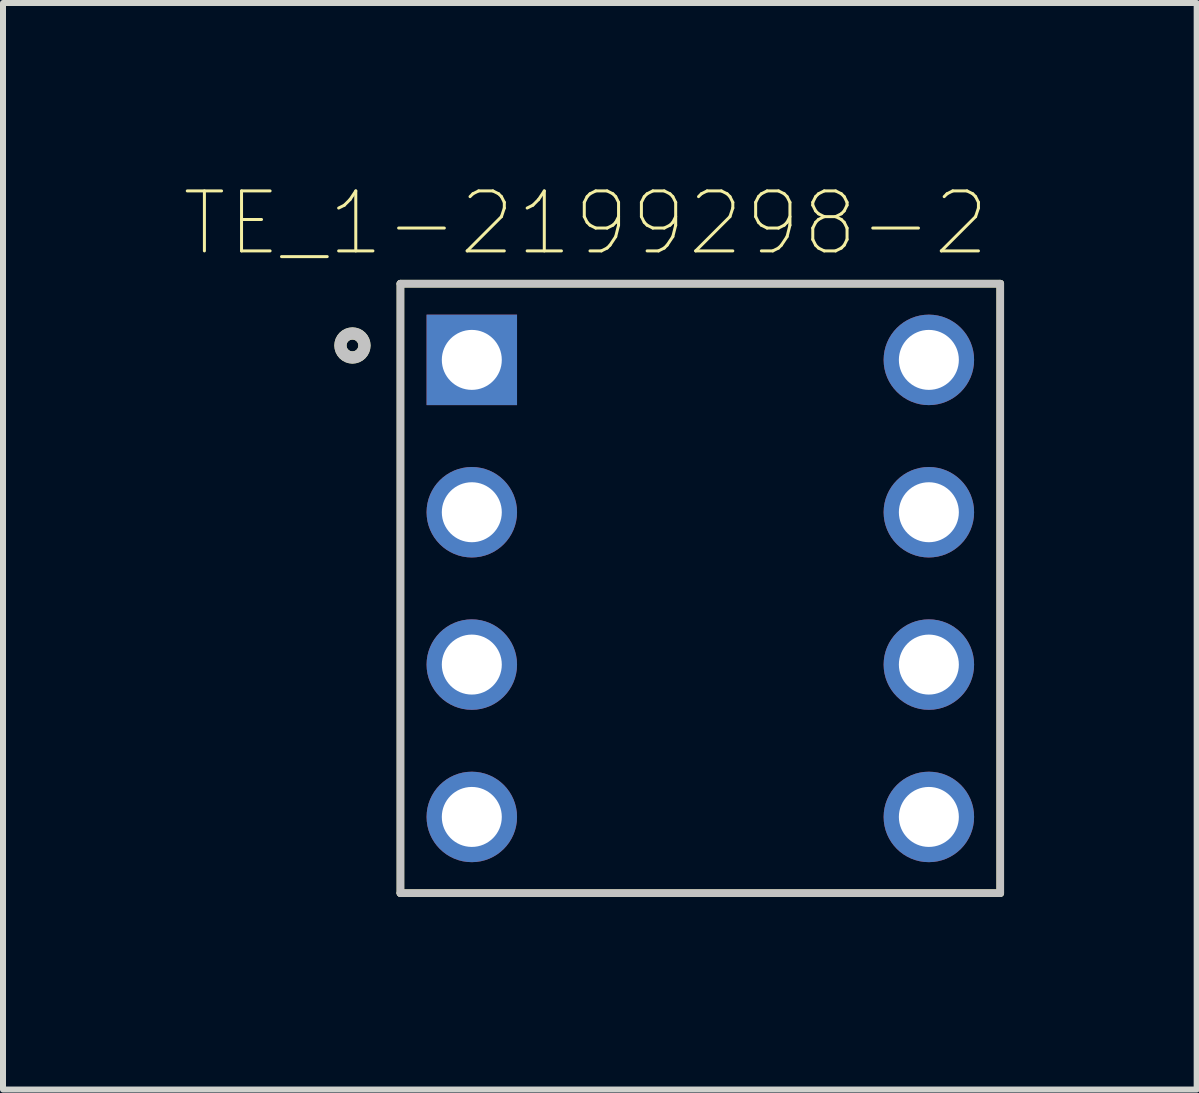
<source format=kicad_pcb>
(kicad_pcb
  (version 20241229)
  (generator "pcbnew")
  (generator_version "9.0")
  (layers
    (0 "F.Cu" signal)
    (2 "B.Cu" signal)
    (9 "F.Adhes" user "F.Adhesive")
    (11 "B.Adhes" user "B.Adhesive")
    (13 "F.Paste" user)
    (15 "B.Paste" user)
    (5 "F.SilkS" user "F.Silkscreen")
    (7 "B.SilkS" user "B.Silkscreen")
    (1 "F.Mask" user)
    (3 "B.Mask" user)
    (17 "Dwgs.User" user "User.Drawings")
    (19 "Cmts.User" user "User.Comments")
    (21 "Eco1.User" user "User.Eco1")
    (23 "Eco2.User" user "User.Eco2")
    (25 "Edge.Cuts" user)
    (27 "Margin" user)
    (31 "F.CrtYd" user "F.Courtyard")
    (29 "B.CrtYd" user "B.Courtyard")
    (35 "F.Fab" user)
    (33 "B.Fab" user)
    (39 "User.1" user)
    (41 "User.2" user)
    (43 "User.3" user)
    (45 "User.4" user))
  (footprint "TE_1-2199298-2"
    (layer "F.Cu")
    (at 8.626 6.76)
    (property "Reference" "TE_1-2199298-2" (at -1.911 -6.087 0) (layer "F.SilkS") (effects (font (size 1 1) (thickness 0.05))))
    (attr through_hole)
    (fp_line (start -5 -5.08) (end 5 -5.08) (stroke (width 0.127) (type solid)) (layer "F.SilkS"))
    (fp_line (start -5 5.08) (end -5 -5.08) (stroke (width 0.127) (type solid)) (layer "F.SilkS"))
    (fp_line (start 5 -5.08) (end 5 5.08) (stroke (width 0.127) (type solid)) (layer "F.SilkS"))
    (fp_line (start 5 5.08) (end -5 5.08) (stroke (width 0.127) (type solid)) (layer "F.SilkS"))
    (fp_circle (center -5.8 -4.05) (end -5.6 -4.05) (stroke (width 0.203) (type solid)) (fill no) (layer "F.SilkS"))
    (fp_line (start -5 -5.08) (end 5 -5.08) (stroke (width 0.127) (type solid)) (layer "Dwgs.User"))
    (fp_line (start -5 5.08) (end -5 -5.08) (stroke (width 0.127) (type solid)) (layer "Dwgs.User"))
    (fp_line (start 5 -5.08) (end 5 5.08) (stroke (width 0.127) (type solid)) (layer "Dwgs.User"))
    (fp_line (start 5 5.08) (end -5 5.08) (stroke (width 0.127) (type solid)) (layer "Dwgs.User"))
    (fp_circle (center -5.8 -4.05) (end -5.6 -4.05) (stroke (width 0.203) (type solid)) (fill no) (layer "Dwgs.User"))
    (fp_line (start -5.25 -5.33) (end 5.25 -5.33) (stroke (width 0.05) (type solid)) (layer "Eco1.User"))
    (fp_line (start -5.25 5.33) (end -5.25 -5.33) (stroke (width 0.05) (type solid)) (layer "Eco1.User"))
    (fp_line (start 5.25 -5.33) (end 5.25 5.33) (stroke (width 0.05) (type solid)) (layer "Eco1.User"))
    (fp_line (start 5.25 5.33) (end -5.25 5.33) (stroke (width 0.05) (type solid)) (layer "Eco1.User"))
    (pad "1" thru_hole rect (at -3.81 -3.81) (size 1.508 1.508) (drill 1) (layers "*.Cu" "*.Mask"))
    (pad "2" thru_hole circle (at -3.81 -1.27) (size 1.508 1.508) (drill 1) (layers "*.Cu" "*.Mask"))
    (pad "3" thru_hole circle (at -3.81 1.27) (size 1.508 1.508) (drill 1) (layers "*.Cu" "*.Mask"))
    (pad "4" thru_hole circle (at -3.81 3.81) (size 1.508 1.508) (drill 1) (layers "*.Cu" "*.Mask"))
    (pad "5" thru_hole circle (at 3.81 3.81) (size 1.508 1.508) (drill 1) (layers "*.Cu" "*.Mask"))
    (pad "6" thru_hole circle (at 3.81 1.27) (size 1.508 1.508) (drill 1) (layers "*.Cu" "*.Mask"))
    (pad "7" thru_hole circle (at 3.81 -1.27) (size 1.508 1.508) (drill 1) (layers "*.Cu" "*.Mask"))
    (pad "8" thru_hole circle (at 3.81 -3.81) (size 1.508 1.508) (drill 1) (layers "*.Cu" "*.Mask")))
  (gr_rect
    (start -3 -3)
    (end 16.901 15.115)
    (stroke (width 0.1) (type default))
    (fill no)
    (layer "Edge.Cuts")))
</source>
